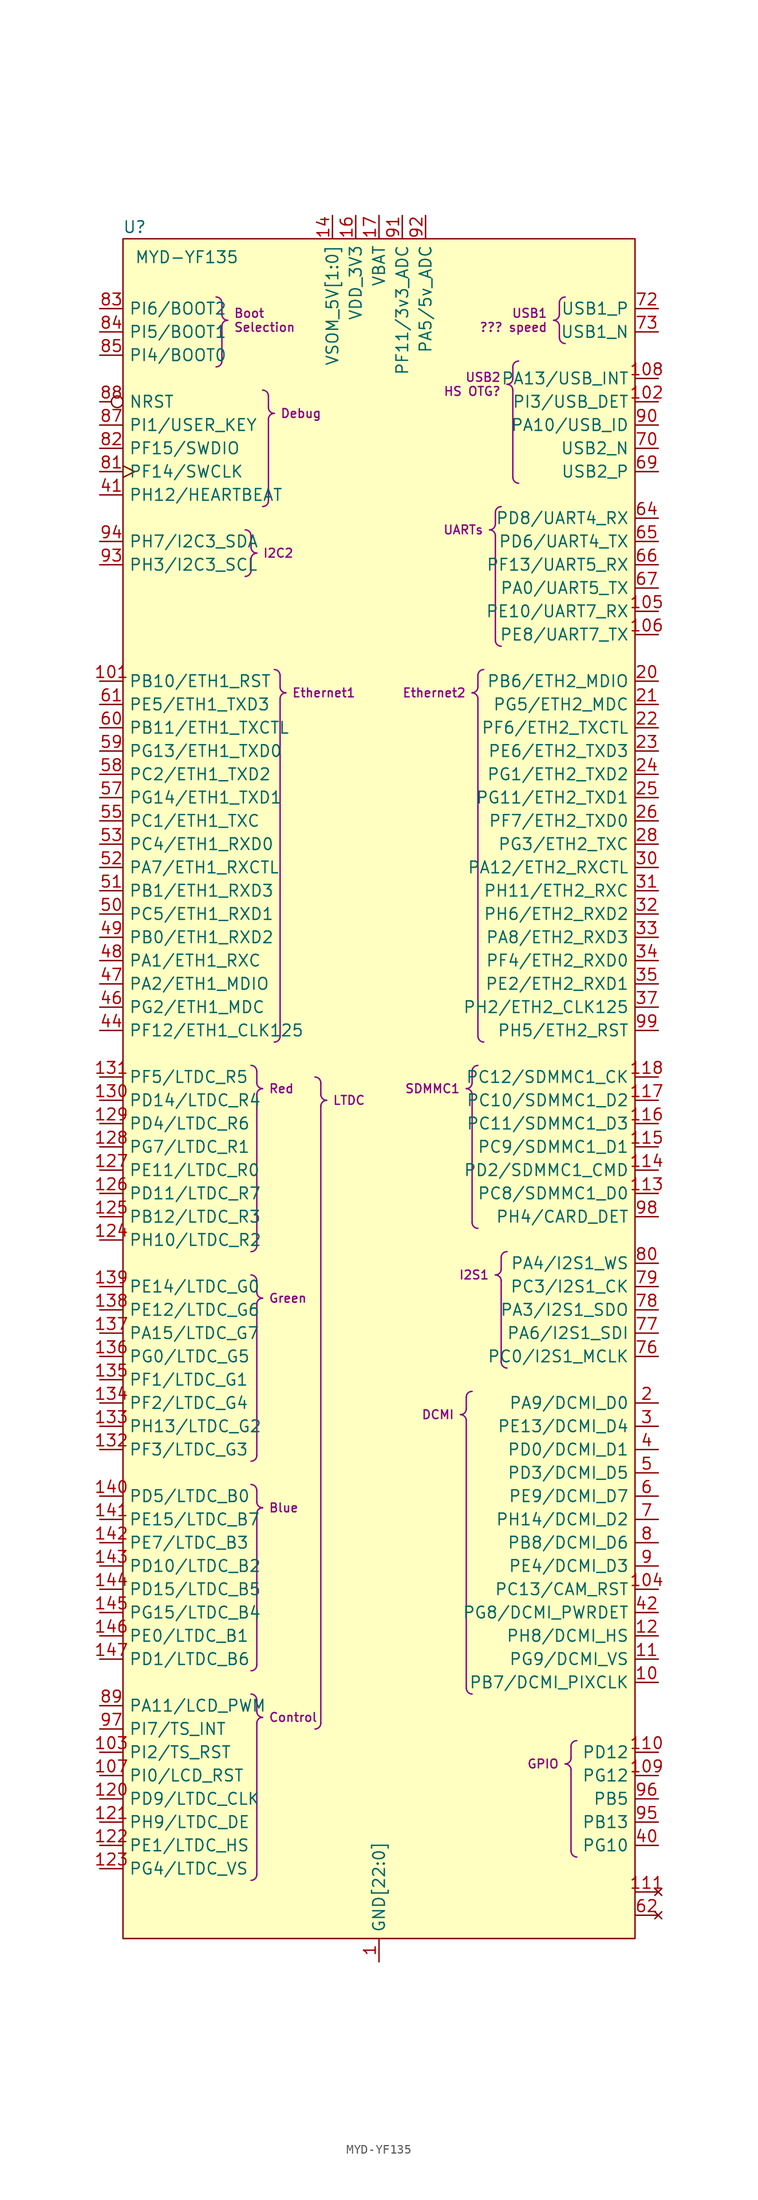
<source format=kicad_sym>
(kicad_symbol_lib
  (version 20241209)
  (generator "kicad_symbol_editor")
  (generator_version "9.0")
  (symbol "MYD-YF135"
    (pin_names
      (offset 0.635))
    (property "Reference" "U"
      (at 1.27 1.27 0)
      (do_not_autoplace)
      (effects (font (size 1.27 1.27))))
    (property "Value" "MYD-YF135"
      (at 1.27 -1.27 0)
      (do_not_autoplace)
      (effects (font (size 1.27 1.27)) (justify left top)))
    (symbol "MYD-YF135_1_0"
      (rectangle (start 0 0) (end 55.88 -185.42) (stroke (width 0) (type default)) (fill (type background)))
      (pin passive line (at -2.54 -7.62 0) (length 2.54) (name "PI6/BOOT2" (effects (font (size 1.27 1.27)))) (number "83" (effects (font (size 1.27 1.27)))))
      (pin passive line (at -2.54 -10.16 0) (length 2.54) (name "PI5/BOOT1" (effects (font (size 1.27 1.27)))) (number "84" (effects (font (size 1.27 1.27)))))
      (pin passive line (at -2.54 -12.7 0) (length 2.54) (name "PI4/BOOT0" (effects (font (size 1.27 1.27)))) (number "85" (effects (font (size 1.27 1.27)))))
      (pin passive inverted (at -2.54 -17.78 0) (length 2.54) (name "NRST" (effects (font (size 1.27 1.27)))) (number "88" (effects (font (size 1.27 1.27)))))
      (pin passive line (at -2.54 -20.32 0) (length 2.54) (name "PI1/USER_KEY" (effects (font (size 1.27 1.27)))) (number "87" (effects (font (size 1.27 1.27)))))
      (pin passive line (at -2.54 -22.86 0) (length 2.54) (name "PF15/SWDIO" (effects (font (size 1.27 1.27)))) (number "82" (effects (font (size 1.27 1.27)))))
      (pin passive clock (at -2.54 -25.4 0) (length 2.54) (name "PF14/SWCLK" (effects (font (size 1.27 1.27)))) (number "81" (effects (font (size 1.27 1.27)))))
      (pin passive line (at -2.54 -27.94 0) (length 2.54) (name "PH12/HEARTBEAT" (effects (font (size 1.27 1.27)))) (number "41" (effects (font (size 1.27 1.27)))))
      (pin passive line (at -2.54 -33.02 0) (length 2.54) (name "PH7/I2C3_SDA" (effects (font (size 1.27 1.27)))) (number "94" (effects (font (size 1.27 1.27)))))
      (pin passive line (at -2.54 -35.56 0) (length 2.54) (name "PH3/I2C3_SCL" (effects (font (size 1.27 1.27)))) (number "93" (effects (font (size 1.27 1.27)))))
      (pin passive line (at -2.54 -48.26 0) (length 2.54) (name "PB10/ETH1_RST" (effects (font (size 1.27 1.27)))) (number "101" (effects (font (size 1.27 1.27)))))
      (pin passive line (at -2.54 -50.8 0) (length 2.54) (name "PE5/ETH1_TXD3" (effects (font (size 1.27 1.27)))) (number "61" (effects (font (size 1.27 1.27)))))
      (pin passive line (at -2.54 -53.34 0) (length 2.54) (name "PB11/ETH1_TXCTL" (effects (font (size 1.27 1.27)))) (number "60" (effects (font (size 1.27 1.27)))))
      (pin passive line (at -2.54 -55.88 0) (length 2.54) (name "PG13/ETH1_TXD0" (effects (font (size 1.27 1.27)))) (number "59" (effects (font (size 1.27 1.27)))))
      (pin passive line (at -2.54 -58.42 0) (length 2.54) (name "PC2/ETH1_TXD2" (effects (font (size 1.27 1.27)))) (number "58" (effects (font (size 1.27 1.27)))))
      (pin passive line (at -2.54 -60.96 0) (length 2.54) (name "PG14/ETH1_TXD1" (effects (font (size 1.27 1.27)))) (number "57" (effects (font (size 1.27 1.27)))))
      (pin passive line (at -2.54 -63.5 0) (length 2.54) (name "PC1/ETH1_TXC" (effects (font (size 1.27 1.27)))) (number "55" (effects (font (size 1.27 1.27)))))
      (pin passive line (at -2.54 -66.04 0) (length 2.54) (name "PC4/ETH1_RXD0" (effects (font (size 1.27 1.27)))) (number "53" (effects (font (size 1.27 1.27)))))
      (pin passive line (at -2.54 -68.58 0) (length 2.54) (name "PA7/ETH1_RXCTL" (effects (font (size 1.27 1.27)))) (number "52" (effects (font (size 1.27 1.27)))))
      (pin passive line (at -2.54 -71.12 0) (length 2.54) (name "PB1/ETH1_RXD3" (effects (font (size 1.27 1.27)))) (number "51" (effects (font (size 1.27 1.27)))))
      (pin passive line (at -2.54 -73.66 0) (length 2.54) (name "PC5/ETH1_RXD1" (effects (font (size 1.27 1.27)))) (number "50" (effects (font (size 1.27 1.27)))))
      (pin passive line (at -2.54 -76.2 0) (length 2.54) (name "PB0/ETH1_RXD2" (effects (font (size 1.27 1.27)))) (number "49" (effects (font (size 1.27 1.27)))))
      (pin passive line (at -2.54 -78.74 0) (length 2.54) (name "PA1/ETH1_RXC" (effects (font (size 1.27 1.27)))) (number "48" (effects (font (size 1.27 1.27)))))
      (pin passive line (at -2.54 -81.28 0) (length 2.54) (name "PA2/ETH1_MDIO" (effects (font (size 1.27 1.27)))) (number "47" (effects (font (size 1.27 1.27)))))
      (pin passive line (at -2.54 -83.82 0) (length 2.54) (name "PG2/ETH1_MDC" (effects (font (size 1.27 1.27)))) (number "46" (effects (font (size 1.27 1.27)))))
      (pin passive line (at -2.54 -86.36 0) (length 2.54) (name "PF12/ETH1_CLK125" (effects (font (size 1.27 1.27)))) (number "44" (effects (font (size 1.27 1.27)))))
      (pin passive line (at -2.54 -91.44 0) (length 2.54) (name "PF5/LTDC_R5" (effects (font (size 1.27 1.27)))) (number "131" (effects (font (size 1.27 1.27)))))
      (pin passive line (at -2.54 -93.98 0) (length 2.54) (name "PD14/LTDC_R4" (effects (font (size 1.27 1.27)))) (number "130" (effects (font (size 1.27 1.27)))))
      (pin passive line (at -2.54 -96.52 0) (length 2.54) (name "PD4/LTDC_R6" (effects (font (size 1.27 1.27)))) (number "129" (effects (font (size 1.27 1.27)))))
      (pin passive line (at -2.54 -99.06 0) (length 2.54) (name "PG7/LTDC_R1" (effects (font (size 1.27 1.27)))) (number "128" (effects (font (size 1.27 1.27)))))
      (pin passive line (at -2.54 -101.6 0) (length 2.54) (name "PE11/LTDC_R0" (effects (font (size 1.27 1.27)))) (number "127" (effects (font (size 1.27 1.27)))))
      (pin passive line (at -2.54 -104.14 0) (length 2.54) (name "PD11/LTDC_R7" (effects (font (size 1.27 1.27)))) (number "126" (effects (font (size 1.27 1.27)))))
      (pin passive line (at -2.54 -106.68 0) (length 2.54) (name "PB12/LTDC_R3" (effects (font (size 1.27 1.27)))) (number "125" (effects (font (size 1.27 1.27)))))
      (pin passive line (at -2.54 -109.22 0) (length 2.54) (name "PH10/LTDC_R2" (effects (font (size 1.27 1.27)))) (number "124" (effects (font (size 1.27 1.27)))))
      (pin passive line (at -2.54 -114.3 0) (length 2.54) (name "PE14/LTDC_G0" (effects (font (size 1.27 1.27)))) (number "139" (effects (font (size 1.27 1.27)))))
      (pin passive line (at -2.54 -116.84 0) (length 2.54) (name "PE12/LTDC_G6" (effects (font (size 1.27 1.27)))) (number "138" (effects (font (size 1.27 1.27)))))
      (pin passive line (at -2.54 -119.38 0) (length 2.54) (name "PA15/LTDC_G7" (effects (font (size 1.27 1.27)))) (number "137" (effects (font (size 1.27 1.27)))))
      (pin passive line (at -2.54 -121.92 0) (length 2.54) (name "PG0/LTDC_G5" (effects (font (size 1.27 1.27)))) (number "136" (effects (font (size 1.27 1.27)))))
      (pin passive line (at -2.54 -124.46 0) (length 2.54) (name "PF1/LTDC_G1" (effects (font (size 1.27 1.27)))) (number "135" (effects (font (size 1.27 1.27)))))
      (pin passive line (at -2.54 -127 0) (length 2.54) (name "PF2/LTDC_G4" (effects (font (size 1.27 1.27)))) (number "134" (effects (font (size 1.27 1.27)))))
      (pin passive line (at -2.54 -129.54 0) (length 2.54) (name "PH13/LTDC_G2" (effects (font (size 1.27 1.27)))) (number "133" (effects (font (size 1.27 1.27)))))
      (pin passive line (at -2.54 -132.08 0) (length 2.54) (name "PF3/LTDC_G3" (effects (font (size 1.27 1.27)))) (number "132" (effects (font (size 1.27 1.27)))))
      (pin passive line (at -2.54 -137.16 0) (length 2.54) (name "PD5/LTDC_B0" (effects (font (size 1.27 1.27)))) (number "140" (effects (font (size 1.27 1.27)))))
      (pin passive line (at -2.54 -139.7 0) (length 2.54) (name "PE15/LTDC_B7" (effects (font (size 1.27 1.27)))) (number "141" (effects (font (size 1.27 1.27)))))
      (pin passive line (at -2.54 -142.24 0) (length 2.54) (name "PE7/LTDC_B3" (effects (font (size 1.27 1.27)))) (number "142" (effects (font (size 1.27 1.27)))))
      (pin passive line (at -2.54 -144.78 0) (length 2.54) (name "PD10/LTDC_B2" (effects (font (size 1.27 1.27)))) (number "143" (effects (font (size 1.27 1.27)))))
      (pin passive line (at -2.54 -147.32 0) (length 2.54) (name "PD15/LTDC_B5" (effects (font (size 1.27 1.27)))) (number "144" (effects (font (size 1.27 1.27)))))
      (pin passive line (at -2.54 -149.86 0) (length 2.54) (name "PG15/LTDC_B4" (effects (font (size 1.27 1.27)))) (number "145" (effects (font (size 1.27 1.27)))))
      (pin passive line (at -2.54 -152.4 0) (length 2.54) (name "PE0/LTDC_B1" (effects (font (size 1.27 1.27)))) (number "146" (effects (font (size 1.27 1.27)))))
      (pin passive line (at -2.54 -154.94 0) (length 2.54) (name "PD1/LTDC_B6" (effects (font (size 1.27 1.27)))) (number "147" (effects (font (size 1.27 1.27)))))
      (pin passive line (at -2.54 -160.02 0) (length 2.54) (name "PA11/LCD_PWM" (effects (font (size 1.27 1.27)))) (number "89" (effects (font (size 1.27 1.27)))))
      (pin passive line (at -2.54 -162.56 0) (length 2.54) (name "PI7/TS_INT" (effects (font (size 1.27 1.27)))) (number "97" (effects (font (size 1.27 1.27)))))
      (pin passive line (at -2.54 -165.1 0) (length 2.54) (name "PI2/TS_RST" (effects (font (size 1.27 1.27)))) (number "103" (effects (font (size 1.27 1.27)))))
      (pin passive line (at -2.54 -167.64 0) (length 2.54) (name "PI0/LCD_RST" (effects (font (size 1.27 1.27)))) (number "107" (effects (font (size 1.27 1.27)))))
      (pin passive line (at -2.54 -170.18 0) (length 2.54) (name "PD9/LTDC_CLK" (effects (font (size 1.27 1.27)))) (number "120" (effects (font (size 1.27 1.27)))))
      (pin passive line (at -2.54 -172.72 0) (length 2.54) (name "PH9/LTDC_DE" (effects (font (size 1.27 1.27)))) (number "121" (effects (font (size 1.27 1.27)))))
      (pin passive line (at -2.54 -175.26 0) (length 2.54) (name "PE1/LTDC_HS" (effects (font (size 1.27 1.27)))) (number "122" (effects (font (size 1.27 1.27)))))
      (pin passive line (at -2.54 -177.8 0) (length 2.54) (name "PG4/LTDC_VS" (effects (font (size 1.27 1.27)))) (number "123" (effects (font (size 1.27 1.27)))))
      (pin power_in line (at 22.86 2.54 270) (length 2.54) (name "VSOM_5V[1:0]" (effects (font (size 1.27 1.27)))) (number "14" (effects (font (size 1.27 1.27)))))
      (pin power_in line (at 22.86 2.54 270) (length 2.54) (hide yes) (name "VSOM_5V[1:0]" (effects (font (size 1.27 1.27)))) (number "15" (effects (font (size 1.27 1.27)))))
      (pin power_in line (at 25.4 2.54 270) (length 2.54) (name "VDD_3V3" (effects (font (size 1.27 1.27)))) (number "16" (effects (font (size 1.27 1.27)))))
      (pin power_in line (at 27.94 2.54 270) (length 2.54) (name "VBAT" (effects (font (size 1.27 1.27)))) (number "17" (effects (font (size 1.27 1.27)))))
      (pin power_in line (at 27.94 -187.96 90) (length 2.54) (name "GND[22:0]" (effects (font (size 1.27 1.27)))) (number "1" (effects (font (size 1.27 1.27)))))
      (pin power_in line (at 27.94 -187.96 90) (length 2.54) (hide yes) (name "GND[22:0]" (effects (font (size 1.27 1.27)))) (number "100" (effects (font (size 1.27 1.27)))))
      (pin power_in line (at 27.94 -187.96 90) (length 2.54) (hide yes) (name "GND[22:0]" (effects (font (size 1.27 1.27)))) (number "112" (effects (font (size 1.27 1.27)))))
      (pin power_in line (at 27.94 -187.96 90) (length 2.54) (hide yes) (name "GND[22:0]" (effects (font (size 1.27 1.27)))) (number "119" (effects (font (size 1.27 1.27)))))
      (pin power_in line (at 27.94 -187.96 90) (length 2.54) (hide yes) (name "GND[22:0]" (effects (font (size 1.27 1.27)))) (number "13" (effects (font (size 1.27 1.27)))))
      (pin power_in line (at 27.94 -187.96 90) (length 2.54) (hide yes) (name "GND[22:0]" (effects (font (size 1.27 1.27)))) (number "148" (effects (font (size 1.27 1.27)))))
      (pin power_in line (at 27.94 -187.96 90) (length 2.54) (hide yes) (name "GND[22:0]" (effects (font (size 1.27 1.27)))) (number "18" (effects (font (size 1.27 1.27)))))
      (pin power_in line (at 27.94 -187.96 90) (length 2.54) (hide yes) (name "GND[22:0]" (effects (font (size 1.27 1.27)))) (number "19" (effects (font (size 1.27 1.27)))))
      (pin power_in line (at 27.94 -187.96 90) (length 2.54) (hide yes) (name "GND[22:0]" (effects (font (size 1.27 1.27)))) (number "27" (effects (font (size 1.27 1.27)))))
      (pin power_in line (at 27.94 -187.96 90) (length 2.54) (hide yes) (name "GND[22:0]" (effects (font (size 1.27 1.27)))) (number "29" (effects (font (size 1.27 1.27)))))
      (pin power_in line (at 27.94 -187.96 90) (length 2.54) (hide yes) (name "GND[22:0]" (effects (font (size 1.27 1.27)))) (number "36" (effects (font (size 1.27 1.27)))))
      (pin power_in line (at 27.94 -187.96 90) (length 2.54) (hide yes) (name "GND[22:0]" (effects (font (size 1.27 1.27)))) (number "38" (effects (font (size 1.27 1.27)))))
      (pin power_in line (at 27.94 -187.96 90) (length 2.54) (hide yes) (name "GND[22:0]" (effects (font (size 1.27 1.27)))) (number "39" (effects (font (size 1.27 1.27)))))
      (pin power_in line (at 27.94 -187.96 90) (length 2.54) (hide yes) (name "GND[22:0]" (effects (font (size 1.27 1.27)))) (number "43" (effects (font (size 1.27 1.27)))))
      (pin power_in line (at 27.94 -187.96 90) (length 2.54) (hide yes) (name "GND[22:0]" (effects (font (size 1.27 1.27)))) (number "45" (effects (font (size 1.27 1.27)))))
      (pin power_in line (at 27.94 -187.96 90) (length 2.54) (hide yes) (name "GND[22:0]" (effects (font (size 1.27 1.27)))) (number "54" (effects (font (size 1.27 1.27)))))
      (pin power_in line (at 27.94 -187.96 90) (length 2.54) (hide yes) (name "GND[22:0]" (effects (font (size 1.27 1.27)))) (number "56" (effects (font (size 1.27 1.27)))))
      (pin power_in line (at 27.94 -187.96 90) (length 2.54) (hide yes) (name "GND[22:0]" (effects (font (size 1.27 1.27)))) (number "63" (effects (font (size 1.27 1.27)))))
      (pin power_in line (at 27.94 -187.96 90) (length 2.54) (hide yes) (name "GND[22:0]" (effects (font (size 1.27 1.27)))) (number "68" (effects (font (size 1.27 1.27)))))
      (pin power_in line (at 27.94 -187.96 90) (length 2.54) (hide yes) (name "GND[22:0]" (effects (font (size 1.27 1.27)))) (number "71" (effects (font (size 1.27 1.27)))))
      (pin power_in line (at 27.94 -187.96 90) (length 2.54) (hide yes) (name "GND[22:0]" (effects (font (size 1.27 1.27)))) (number "74" (effects (font (size 1.27 1.27)))))
      (pin power_in line (at 27.94 -187.96 90) (length 2.54) (hide yes) (name "GND[22:0]" (effects (font (size 1.27 1.27)))) (number "75" (effects (font (size 1.27 1.27)))))
      (pin power_in line (at 27.94 -187.96 90) (length 2.54) (hide yes) (name "GND[22:0]" (effects (font (size 1.27 1.27)))) (number "86" (effects (font (size 1.27 1.27)))))
      (pin passive line (at 30.48 2.54 270) (length 2.54) (name "PF11/3v3_ADC" (effects (font (size 1.27 1.27)))) (number "91" (effects (font (size 1.27 1.27)))))
      (pin passive line (at 33.02 2.54 270) (length 2.54) (name "PA5/5v_ADC" (effects (font (size 1.27 1.27)))) (number "92" (effects (font (size 1.27 1.27)))))
      (pin passive line (at 58.42 -7.62 180) (length 2.54) (name "USB1_P" (effects (font (size 1.27 1.27)))) (number "72" (effects (font (size 1.27 1.27)))))
      (pin passive line (at 58.42 -10.16 180) (length 2.54) (name "USB1_N" (effects (font (size 1.27 1.27)))) (number "73" (effects (font (size 1.27 1.27)))))
      (pin passive line (at 58.42 -15.24 180) (length 2.54) (name "PA13/USB_INT" (effects (font (size 1.27 1.27)))) (number "108" (effects (font (size 1.27 1.27)))))
      (pin passive line (at 58.42 -17.78 180) (length 2.54) (name "PI3/USB_DET" (effects (font (size 1.27 1.27)))) (number "102" (effects (font (size 1.27 1.27)))))
      (pin passive line (at 58.42 -20.32 180) (length 2.54) (name "PA10/USB_ID" (effects (font (size 1.27 1.27)))) (number "90" (effects (font (size 1.27 1.27)))))
      (pin passive line (at 58.42 -22.86 180) (length 2.54) (name "USB2_N" (effects (font (size 1.27 1.27)))) (number "70" (effects (font (size 1.27 1.27)))))
      (pin passive line (at 58.42 -25.4 180) (length 2.54) (name "USB2_P" (effects (font (size 1.27 1.27)))) (number "69" (effects (font (size 1.27 1.27)))))
      (pin passive line (at 58.42 -30.48 180) (length 2.54) (name "PD8/UART4_RX" (effects (font (size 1.27 1.27)))) (number "64" (effects (font (size 1.27 1.27)))))
      (pin passive line (at 58.42 -33.02 180) (length 2.54) (name "PD6/UART4_TX" (effects (font (size 1.27 1.27)))) (number "65" (effects (font (size 1.27 1.27)))))
      (pin passive line (at 58.42 -35.56 180) (length 2.54) (name "PF13/UART5_RX" (effects (font (size 1.27 1.27)))) (number "66" (effects (font (size 1.27 1.27)))))
      (pin passive line (at 58.42 -38.1 180) (length 2.54) (name "PA0/UART5_TX" (effects (font (size 1.27 1.27)))) (number "67" (effects (font (size 1.27 1.27)))))
      (pin passive line (at 58.42 -40.64 180) (length 2.54) (name "PE10/UART7_RX" (effects (font (size 1.27 1.27)))) (number "105" (effects (font (size 1.27 1.27)))))
      (pin passive line (at 58.42 -43.18 180) (length 2.54) (name "PE8/UART7_TX" (effects (font (size 1.27 1.27)))) (number "106" (effects (font (size 1.27 1.27)))))
      (pin passive line (at 58.42 -48.26 180) (length 2.54) (name "PB6/ETH2_MDIO" (effects (font (size 1.27 1.27)))) (number "20" (effects (font (size 1.27 1.27)))))
      (pin passive line (at 58.42 -50.8 180) (length 2.54) (name "PG5/ETH2_MDC" (effects (font (size 1.27 1.27)))) (number "21" (effects (font (size 1.27 1.27)))))
      (pin passive line (at 58.42 -53.34 180) (length 2.54) (name "PF6/ETH2_TXCTL" (effects (font (size 1.27 1.27)))) (number "22" (effects (font (size 1.27 1.27)))))
      (pin passive line (at 58.42 -55.88 180) (length 2.54) (name "PE6/ETH2_TXD3" (effects (font (size 1.27 1.27)))) (number "23" (effects (font (size 1.27 1.27)))))
      (pin passive line (at 58.42 -58.42 180) (length 2.54) (name "PG1/ETH2_TXD2" (effects (font (size 1.27 1.27)))) (number "24" (effects (font (size 1.27 1.27)))))
      (pin passive line (at 58.42 -60.96 180) (length 2.54) (name "PG11/ETH2_TXD1" (effects (font (size 1.27 1.27)))) (number "25" (effects (font (size 1.27 1.27)))))
      (pin passive line (at 58.42 -63.5 180) (length 2.54) (name "PF7/ETH2_TXD0" (effects (font (size 1.27 1.27)))) (number "26" (effects (font (size 1.27 1.27)))))
      (pin passive line (at 58.42 -66.04 180) (length 2.54) (name "PG3/ETH2_TXC" (effects (font (size 1.27 1.27)))) (number "28" (effects (font (size 1.27 1.27)))))
      (pin passive line (at 58.42 -68.58 180) (length 2.54) (name "PA12/ETH2_RXCTL" (effects (font (size 1.27 1.27)))) (number "30" (effects (font (size 1.27 1.27)))))
      (pin passive line (at 58.42 -71.12 180) (length 2.54) (name "PH11/ETH2_RXC" (effects (font (size 1.27 1.27)))) (number "31" (effects (font (size 1.27 1.27)))))
      (pin passive line (at 58.42 -73.66 180) (length 2.54) (name "PH6/ETH2_RXD2" (effects (font (size 1.27 1.27)))) (number "32" (effects (font (size 1.27 1.27)))))
      (pin passive line (at 58.42 -76.2 180) (length 2.54) (name "PA8/ETH2_RXD3" (effects (font (size 1.27 1.27)))) (number "33" (effects (font (size 1.27 1.27)))))
      (pin passive line (at 58.42 -78.74 180) (length 2.54) (name "PF4/ETH2_RXD0" (effects (font (size 1.27 1.27)))) (number "34" (effects (font (size 1.27 1.27)))))
      (pin passive line (at 58.42 -81.28 180) (length 2.54) (name "PE2/ETH2_RXD1" (effects (font (size 1.27 1.27)))) (number "35" (effects (font (size 1.27 1.27)))))
      (pin passive line (at 58.42 -83.82 180) (length 2.54) (name "PH2/ETH2_CLK125" (effects (font (size 1.27 1.27)))) (number "37" (effects (font (size 1.27 1.27)))))
      (pin passive line (at 58.42 -86.36 180) (length 2.54) (name "PH5/ETH2_RST" (effects (font (size 1.27 1.27)))) (number "99" (effects (font (size 1.27 1.27)))))
      (pin passive line (at 58.42 -91.44 180) (length 2.54) (name "PC12/SDMMC1_CK" (effects (font (size 1.27 1.27)))) (number "118" (effects (font (size 1.27 1.27)))))
      (pin passive line (at 58.42 -93.98 180) (length 2.54) (name "PC10/SDMMC1_D2" (effects (font (size 1.27 1.27)))) (number "117" (effects (font (size 1.27 1.27)))))
      (pin passive line (at 58.42 -96.52 180) (length 2.54) (name "PC11/SDMMC1_D3" (effects (font (size 1.27 1.27)))) (number "116" (effects (font (size 1.27 1.27)))))
      (pin passive line (at 58.42 -99.06 180) (length 2.54) (name "PC9/SDMMC1_D1" (effects (font (size 1.27 1.27)))) (number "115" (effects (font (size 1.27 1.27)))))
      (pin passive line (at 58.42 -101.6 180) (length 2.54) (name "PD2/SDMMC1_CMD" (effects (font (size 1.27 1.27)))) (number "114" (effects (font (size 1.27 1.27)))))
      (pin passive line (at 58.42 -104.14 180) (length 2.54) (name "PC8/SDMMC1_D0" (effects (font (size 1.27 1.27)))) (number "113" (effects (font (size 1.27 1.27)))))
      (pin passive line (at 58.42 -106.68 180) (length 2.54) (name "PH4/CARD_DET" (effects (font (size 1.27 1.27)))) (number "98" (effects (font (size 1.27 1.27)))))
      (pin passive line (at 58.42 -111.76 180) (length 2.54) (name "PA4/I2S1_WS" (effects (font (size 1.27 1.27)))) (number "80" (effects (font (size 1.27 1.27)))))
      (pin passive line (at 58.42 -114.3 180) (length 2.54) (name "PC3/I2S1_CK" (effects (font (size 1.27 1.27)))) (number "79" (effects (font (size 1.27 1.27)))))
      (pin passive line (at 58.42 -116.84 180) (length 2.54) (name "PA3/I2S1_SDO" (effects (font (size 1.27 1.27)))) (number "78" (effects (font (size 1.27 1.27)))))
      (pin passive line (at 58.42 -119.38 180) (length 2.54) (name "PA6/I2S1_SDI" (effects (font (size 1.27 1.27)))) (number "77" (effects (font (size 1.27 1.27)))))
      (pin passive line (at 58.42 -121.92 180) (length 2.54) (name "PC0/I2S1_MCLK" (effects (font (size 1.27 1.27)))) (number "76" (effects (font (size 1.27 1.27)))))
      (pin passive line (at 58.42 -127 180) (length 2.54) (name "PA9/DCMI_D0" (effects (font (size 1.27 1.27)))) (number "2" (effects (font (size 1.27 1.27)))))
      (pin passive line (at 58.42 -129.54 180) (length 2.54) (name "PE13/DCMI_D4" (effects (font (size 1.27 1.27)))) (number "3" (effects (font (size 1.27 1.27)))))
      (pin passive line (at 58.42 -132.08 180) (length 2.54) (name "PD0/DCMI_D1" (effects (font (size 1.27 1.27)))) (number "4" (effects (font (size 1.27 1.27)))))
      (pin passive line (at 58.42 -134.62 180) (length 2.54) (name "PD3/DCMI_D5" (effects (font (size 1.27 1.27)))) (number "5" (effects (font (size 1.27 1.27)))))
      (pin passive line (at 58.42 -137.16 180) (length 2.54) (name "PE9/DCMI_D7" (effects (font (size 1.27 1.27)))) (number "6" (effects (font (size 1.27 1.27)))))
      (pin passive line (at 58.42 -139.7 180) (length 2.54) (name "PH14/DCMI_D2" (effects (font (size 1.27 1.27)))) (number "7" (effects (font (size 1.27 1.27)))))
      (pin passive line (at 58.42 -142.24 180) (length 2.54) (name "PB8/DCMI_D6" (effects (font (size 1.27 1.27)))) (number "8" (effects (font (size 1.27 1.27)))))
      (pin passive line (at 58.42 -144.78 180) (length 2.54) (name "PE4/DCMI_D3" (effects (font (size 1.27 1.27)))) (number "9" (effects (font (size 1.27 1.27)))))
      (pin passive line (at 58.42 -147.32 180) (length 2.54) (name "PC13/CAM_RST" (effects (font (size 1.27 1.27)))) (number "104" (effects (font (size 1.27 1.27)))))
      (pin passive line (at 58.42 -149.86 180) (length 2.54) (name "PG8/DCMI_PWRDET" (effects (font (size 1.27 1.27)))) (number "42" (effects (font (size 1.27 1.27)))))
      (pin passive line (at 58.42 -152.4 180) (length 2.54) (name "PH8/DCMI_HS" (effects (font (size 1.27 1.27)))) (number "12" (effects (font (size 1.27 1.27)))))
      (pin passive line (at 58.42 -154.94 180) (length 2.54) (name "PG9/DCMI_VS" (effects (font (size 1.27 1.27)))) (number "11" (effects (font (size 1.27 1.27)))))
      (pin passive line (at 58.42 -157.48 180) (length 2.54) (name "PB7/DCMI_PIXCLK" (effects (font (size 1.27 1.27)))) (number "10" (effects (font (size 1.27 1.27)))))
      (pin passive line (at 58.42 -165.1 180) (length 2.54) (name "PD12" (effects (font (size 1.27 1.27)))) (number "110" (effects (font (size 1.27 1.27)))))
      (pin passive line (at 58.42 -167.64 180) (length 2.54) (name "PG12" (effects (font (size 1.27 1.27)))) (number "109" (effects (font (size 1.27 1.27)))))
      (pin passive line (at 58.42 -170.18 180) (length 2.54) (name "PB5" (effects (font (size 1.27 1.27)))) (number "96" (effects (font (size 1.27 1.27)))))
      (pin passive line (at 58.42 -172.72 180) (length 2.54) (name "PB13" (effects (font (size 1.27 1.27)))) (number "95" (effects (font (size 1.27 1.27)))))
      (pin passive line (at 58.42 -175.26 180) (length 2.54) (name "PG10" (effects (font (size 1.27 1.27)))) (number "40" (effects (font (size 1.27 1.27)))))
      (pin no_connect line (at 58.42 -180.34 180) (length 2.54) (name "" (effects (font (size 1.27 1.27)))) (number "111" (effects (font (size 1.27 1.27)))))
      (pin no_connect line (at 58.42 -182.88 180) (length 2.54) (name "" (effects (font (size 1.27 1.27)))) (number "62" (effects (font (size 1.27 1.27))))))
    (symbol "MYD-YF135_1_1"
      (arc (start 10.16 -6.35) (mid 10.609 -6.536) (end 10.795 -6.985) (stroke (width 0) (type default) (color 132 0 132 1)) (fill (type none)))
      (arc (start 10.795 -13.335) (mid 10.6108 -13.7873) (end 10.16 -13.97) (stroke (width 0) (type default) (color 132 0 132 1)) (fill (type none)))
      (polyline (pts (xy 10.795 -6.985) (xy 10.795 -8.255)) (stroke (width 0) (type default) (color 132 0 132 1)) (fill (type none)))
      (polyline (pts (xy 10.795 -9.525) (xy 10.795 -13.335)) (stroke (width 0) (type default) (color 132 0 132 1)) (fill (type none)))
      (arc (start 10.795 -9.525) (mid 10.9792 -9.0727) (end 11.43 -8.89) (stroke (width 0) (type default) (color 132 0 132 1)) (fill (type none)))
      (arc (start 11.43 -8.89) (mid 10.981 -8.704) (end 10.795 -8.255) (stroke (width 0) (type default) (color 132 0 132 1)) (fill (type none)))
      (arc (start 13.335 -31.75) (mid 13.784 -31.936) (end 13.97 -32.385) (stroke (width 0) (type default) (color 132 0 132 1)) (fill (type none)))
      (arc (start 13.97 -36.195) (mid 13.7826 -36.6426) (end 13.335 -36.83) (stroke (width 0) (type default) (color 132 0 132 1)) (fill (type none)))
      (arc (start 13.97 -90.17) (mid 14.4164 -90.3586) (end 14.605 -90.805) (stroke (width 0) (type default) (color 132 0 132 1)) (fill (type none)))
      (arc (start 13.97 -113.03) (mid 14.4164 -113.2186) (end 14.605 -113.665) (stroke (width 0) (type default) (color 132 0 132 1)) (fill (type none)))
      (arc (start 13.97 -135.89) (mid 14.4164 -136.0786) (end 14.605 -136.525) (stroke (width 0) (type default) (color 132 0 132 1)) (fill (type none)))
      (arc (start 13.97 -158.75) (mid 14.4164 -158.9386) (end 14.605 -159.385) (stroke (width 0) (type default) (color 132 0 132 1)) (fill (type none)))
      (polyline (pts (xy 13.97 -32.385) (xy 13.97 -33.655)) (stroke (width 0) (type default) (color 132 0 132 1)) (fill (type none)))
      (polyline (pts (xy 13.97 -34.925) (xy 13.97 -36.195)) (stroke (width 0) (type default) (color 132 0 132 1)) (fill (type none)))
      (arc (start 14.605 -109.855) (mid 14.4208 -110.3073) (end 13.97 -110.49) (stroke (width 0) (type default) (color 132 0 132 1)) (fill (type none)))
      (arc (start 14.605 -132.715) (mid 14.4208 -133.1673) (end 13.97 -133.35) (stroke (width 0) (type default) (color 132 0 132 1)) (fill (type none)))
      (arc (start 14.605 -155.575) (mid 14.4208 -156.0273) (end 13.97 -156.21) (stroke (width 0) (type default) (color 132 0 132 1)) (fill (type none)))
      (arc (start 14.605 -178.435) (mid 14.4208 -178.8873) (end 13.97 -179.07) (stroke (width 0) (type default) (color 132 0 132 1)) (fill (type none)))
      (polyline (pts (xy 14.605 -90.805) (xy 14.605 -92.075)) (stroke (width 0) (type default) (color 132 0 132 1)) (fill (type none)))
      (polyline (pts (xy 14.605 -93.345) (xy 14.605 -109.855)) (stroke (width 0) (type default) (color 132 0 132 1)) (fill (type none)))
      (polyline (pts (xy 14.605 -113.665) (xy 14.605 -114.935)) (stroke (width 0) (type default) (color 132 0 132 1)) (fill (type none)))
      (polyline (pts (xy 14.605 -116.205) (xy 14.605 -132.715)) (stroke (width 0) (type default) (color 132 0 132 1)) (fill (type none)))
      (polyline (pts (xy 14.605 -136.525) (xy 14.605 -137.795)) (stroke (width 0) (type default) (color 132 0 132 1)) (fill (type none)))
      (polyline (pts (xy 14.605 -139.065) (xy 14.605 -155.575)) (stroke (width 0) (type default) (color 132 0 132 1)) (fill (type none)))
      (polyline (pts (xy 14.605 -159.385) (xy 14.605 -160.655)) (stroke (width 0) (type default) (color 132 0 132 1)) (fill (type none)))
      (polyline (pts (xy 14.605 -161.925) (xy 14.605 -178.435)) (stroke (width 0) (type default) (color 132 0 132 1)) (fill (type none)))
      (arc (start 14.605 -34.29) (mid 14.156 -34.104) (end 13.97 -33.655) (stroke (width 0) (type default) (color 132 0 132 1)) (fill (type none)))
      (arc (start 13.97 -34.925) (mid 14.1574 -34.4774) (end 14.605 -34.29) (stroke (width 0) (type default) (color 132 0 132 1)) (fill (type none)))
      (arc (start 14.605 -93.345) (mid 14.7892 -92.8927) (end 15.24 -92.71) (stroke (width 0) (type default) (color 132 0 132 1)) (fill (type none)))
      (arc (start 14.605 -116.205) (mid 14.7892 -115.7527) (end 15.24 -115.57) (stroke (width 0) (type default) (color 132 0 132 1)) (fill (type none)))
      (arc (start 14.605 -139.065) (mid 14.7892 -138.6127) (end 15.24 -138.43) (stroke (width 0) (type default) (color 132 0 132 1)) (fill (type none)))
      (arc (start 14.605 -161.925) (mid 14.7892 -161.4727) (end 15.24 -161.29) (stroke (width 0) (type default) (color 132 0 132 1)) (fill (type none)))
      (arc (start 15.24 -16.51) (mid 15.689 -16.696) (end 15.875 -17.145) (stroke (width 0) (type default) (color 132 0 132 1)) (fill (type none)))
      (arc (start 15.875 -28.575) (mid 15.6908 -29.0273) (end 15.24 -29.21) (stroke (width 0) (type default) (color 132 0 132 1)) (fill (type none)))
      (arc (start 15.24 -92.71) (mid 14.7936 -92.5214) (end 14.605 -92.075) (stroke (width 0) (type default) (color 132 0 132 1)) (fill (type none)))
      (arc (start 15.24 -115.57) (mid 14.7936 -115.3814) (end 14.605 -114.935) (stroke (width 0) (type default) (color 132 0 132 1)) (fill (type none)))
      (arc (start 15.24 -138.43) (mid 14.7936 -138.2414) (end 14.605 -137.795) (stroke (width 0) (type default) (color 132 0 132 1)) (fill (type none)))
      (arc (start 15.24 -161.29) (mid 14.7936 -161.1014) (end 14.605 -160.655) (stroke (width 0) (type default) (color 132 0 132 1)) (fill (type none)))
      (polyline (pts (xy 15.875 -17.145) (xy 15.875 -18.415)) (stroke (width 0) (type default) (color 132 0 132 1)) (fill (type none)))
      (polyline (pts (xy 15.875 -19.685) (xy 15.875 -28.575)) (stroke (width 0) (type default) (color 132 0 132 1)) (fill (type none)))
      (arc (start 15.875 -19.685) (mid 16.0592 -19.2327) (end 16.51 -19.05) (stroke (width 0) (type default) (color 132 0 132 1)) (fill (type none)))
      (arc (start 16.51 -19.05) (mid 16.061 -18.864) (end 15.875 -18.415) (stroke (width 0) (type default) (color 132 0 132 1)) (fill (type none)))
      (arc (start 16.51 -46.99) (mid 16.959 -47.176) (end 17.145 -47.625) (stroke (width 0) (type default) (color 132 0 132 1)) (fill (type none)))
      (arc (start 17.145 -86.995) (mid 16.9608 -87.4473) (end 16.51 -87.63) (stroke (width 0) (type default) (color 132 0 132 1)) (fill (type none)))
      (polyline (pts (xy 17.145 -47.625) (xy 17.145 -48.895)) (stroke (width 0) (type default) (color 132 0 132 1)) (fill (type none)))
      (polyline (pts (xy 17.145 -50.165) (xy 17.145 -86.995)) (stroke (width 0) (type default) (color 132 0 132 1)) (fill (type none)))
      (arc (start 17.145 -50.165) (mid 17.3292 -49.7127) (end 17.78 -49.53) (stroke (width 0) (type default) (color 132 0 132 1)) (fill (type none)))
      (arc (start 17.78 -49.53) (mid 17.331 -49.344) (end 17.145 -48.895) (stroke (width 0) (type default) (color 132 0 132 1)) (fill (type none)))
      (arc (start 20.955 -91.44) (mid 21.4026 -91.6274) (end 21.59 -92.075) (stroke (width 0) (type default) (color 132 0 132 1)) (fill (type none)))
      (arc (start 21.59 -161.925) (mid 21.4026 -162.3726) (end 20.955 -162.56) (stroke (width 0) (type default) (color 132 0 132 1)) (fill (type none)))
      (polyline (pts (xy 21.59 -92.075) (xy 21.59 -93.345)) (stroke (width 0) (type default) (color 132 0 132 1)) (fill (type none)))
      (polyline (pts (xy 21.59 -94.615) (xy 21.59 -161.925)) (stroke (width 0) (type default) (color 132 0 132 1)) (fill (type none)))
      (arc (start 22.225 -93.98) (mid 21.7774 -93.7926) (end 21.59 -93.345) (stroke (width 0) (type default) (color 132 0 132 1)) (fill (type none)))
      (arc (start 21.59 -94.615) (mid 21.7774 -94.1674) (end 22.225 -93.98) (stroke (width 0) (type default) (color 132 0 132 1)) (fill (type none)))
      (arc (start 36.83 -128.27) (mid 37.2744 -128.4592) (end 37.465 -128.905) (stroke (width 0) (type default) (color 132 0 132 1)) (fill (type none)))
      (arc (start 37.465 -127.635) (mid 37.2808 -128.0873) (end 36.83 -128.27) (stroke (width 0) (type default) (color 132 0 132 1)) (fill (type none)))
      (arc (start 38.1 -92.075) (mid 37.9126 -92.5226) (end 37.465 -92.71) (stroke (width 0) (type default) (color 132 0 132 1)) (fill (type none)))
      (arc (start 37.465 -92.71) (mid 37.9126 -92.8974) (end 38.1 -93.345) (stroke (width 0) (type default) (color 132 0 132 1)) (fill (type none)))
      (polyline (pts (xy 37.465 -126.365) (xy 37.465 -127.635)) (stroke (width 0) (type default) (color 132 0 132 1)) (fill (type none)))
      (polyline (pts (xy 37.465 -128.905) (xy 37.465 -158.115)) (stroke (width 0) (type default) (color 132 0 132 1)) (fill (type none)))
      (arc (start 38.735 -48.895) (mid 38.5473 -49.3408) (end 38.1 -49.53) (stroke (width 0) (type default) (color 132 0 132 1)) (fill (type none)))
      (arc (start 38.1 -49.53) (mid 38.5444 -49.7192) (end 38.735 -50.165) (stroke (width 0) (type default) (color 132 0 132 1)) (fill (type none)))
      (arc (start 37.465 -126.365) (mid 37.6492 -125.9127) (end 38.1 -125.73) (stroke (width 0) (type default) (color 132 0 132 1)) (fill (type none)))
      (polyline (pts (xy 38.1 -90.805) (xy 38.1 -92.075)) (stroke (width 0) (type default) (color 132 0 132 1)) (fill (type none)))
      (polyline (pts (xy 38.1 -93.345) (xy 38.1 -107.315)) (stroke (width 0) (type default) (color 132 0 132 1)) (fill (type none)))
      (arc (start 38.1 -158.75) (mid 37.6556 -158.5608) (end 37.465 -158.115) (stroke (width 0) (type default) (color 132 0 132 1)) (fill (type none)))
      (polyline (pts (xy 38.735 -47.625) (xy 38.735 -48.895)) (stroke (width 0) (type default) (color 132 0 132 1)) (fill (type none)))
      (polyline (pts (xy 38.735 -50.165) (xy 38.735 -86.995)) (stroke (width 0) (type default) (color 132 0 132 1)) (fill (type none)))
      (arc (start 38.1 -90.805) (mid 38.2874 -90.3574) (end 38.735 -90.17) (stroke (width 0) (type default) (color 132 0 132 1)) (fill (type none)))
      (arc (start 38.735 -107.95) (mid 38.2874 -107.7626) (end 38.1 -107.315) (stroke (width 0) (type default) (color 132 0 132 1)) (fill (type none)))
      (arc (start 38.735 -47.625) (mid 38.9227 -47.1792) (end 39.37 -46.99) (stroke (width 0) (type default) (color 132 0 132 1)) (fill (type none)))
      (arc (start 39.37 -87.63) (mid 38.9256 -87.4408) (end 38.735 -86.995) (stroke (width 0) (type default) (color 132 0 132 1)) (fill (type none)))
      (arc (start 40.64 -31.115) (mid 40.4526 -31.5626) (end 40.005 -31.75) (stroke (width 0) (type default) (color 132 0 132 1)) (fill (type none)))
      (arc (start 40.005 -31.75) (mid 40.4526 -31.9374) (end 40.64 -32.385) (stroke (width 0) (type default) (color 132 0 132 1)) (fill (type none)))
      (arc (start 40.64 -113.03) (mid 41.0844 -113.2192) (end 41.275 -113.665) (stroke (width 0) (type default) (color 132 0 132 1)) (fill (type none)))
      (polyline (pts (xy 40.64 -29.845) (xy 40.64 -31.115)) (stroke (width 0) (type default) (color 132 0 132 1)) (fill (type none)))
      (polyline (pts (xy 40.64 -32.385) (xy 40.64 -43.815)) (stroke (width 0) (type default) (color 132 0 132 1)) (fill (type none)))
      (arc (start 41.275 -112.395) (mid 41.0908 -112.8473) (end 40.64 -113.03) (stroke (width 0) (type default) (color 132 0 132 1)) (fill (type none)))
      (polyline (pts (xy 41.275 -111.125) (xy 41.275 -112.395)) (stroke (width 0) (type default) (color 132 0 132 1)) (fill (type none)))
      (polyline (pts (xy 41.275 -113.665) (xy 41.275 -122.555)) (stroke (width 0) (type default) (color 132 0 132 1)) (fill (type none)))
      (arc (start 40.64 -29.845) (mid 40.8274 -29.3974) (end 41.275 -29.21) (stroke (width 0) (type default) (color 132 0 132 1)) (fill (type none)))
      (arc (start 41.275 -44.45) (mid 40.8274 -44.2626) (end 40.64 -43.815) (stroke (width 0) (type default) (color 132 0 132 1)) (fill (type none)))
      (arc (start 41.275 -111.125) (mid 41.4592 -110.6727) (end 41.91 -110.49) (stroke (width 0) (type default) (color 132 0 132 1)) (fill (type none)))
      (arc (start 42.545 -15.24) (mid 42.359 -15.689) (end 41.91 -15.875) (stroke (width 0) (type default) (color 132 0 132 1)) (fill (type none)))
      (arc (start 41.91 -15.875) (mid 42.359 -16.061) (end 42.545 -16.51) (stroke (width 0) (type default) (color 132 0 132 1)) (fill (type none)))
      (arc (start 41.91 -123.19) (mid 41.4656 -123.0008) (end 41.275 -122.555) (stroke (width 0) (type default) (color 132 0 132 1)) (fill (type none)))
      (polyline (pts (xy 42.545 -13.97) (xy 42.545 -15.24)) (stroke (width 0) (type default) (color 132 0 132 1)) (fill (type none)))
      (polyline (pts (xy 42.545 -16.51) (xy 42.545 -26.035)) (stroke (width 0) (type default) (color 132 0 132 1)) (fill (type none)))
      (arc (start 42.545 -13.97) (mid 42.731 -13.521) (end 43.18 -13.335) (stroke (width 0) (type default) (color 132 0 132 1)) (fill (type none)))
      (arc (start 43.18 -26.67) (mid 42.7356 -26.4808) (end 42.545 -26.035) (stroke (width 0) (type default) (color 132 0 132 1)) (fill (type none)))
      (arc (start 47.625 -8.255) (mid 47.4373 -8.7008) (end 46.99 -8.89) (stroke (width 0) (type default) (color 132 0 132 1)) (fill (type none)))
      (arc (start 46.99 -8.89) (mid 47.4344 -9.0792) (end 47.625 -9.525) (stroke (width 0) (type default) (color 132 0 132 1)) (fill (type none)))
      (polyline (pts (xy 47.625 -6.985) (xy 47.625 -8.255)) (stroke (width 0) (type default) (color 132 0 132 1)) (fill (type none)))
      (polyline (pts (xy 47.625 -9.525) (xy 47.625 -10.795)) (stroke (width 0) (type default) (color 132 0 132 1)) (fill (type none)))
      (arc (start 48.26 -166.37) (mid 48.7044 -166.5592) (end 48.895 -167.005) (stroke (width 0) (type default) (color 132 0 132 1)) (fill (type none)))
      (arc (start 47.625 -6.985) (mid 47.8127 -6.5392) (end 48.26 -6.35) (stroke (width 0) (type default) (color 132 0 132 1)) (fill (type none)))
      (arc (start 48.26 -11.43) (mid 47.8156 -11.2408) (end 47.625 -10.795) (stroke (width 0) (type default) (color 132 0 132 1)) (fill (type none)))
      (arc (start 48.895 -165.735) (mid 48.7108 -166.1873) (end 48.26 -166.37) (stroke (width 0) (type default) (color 132 0 132 1)) (fill (type none)))
      (polyline (pts (xy 48.895 -164.465) (xy 48.895 -165.735)) (stroke (width 0) (type default) (color 132 0 132 1)) (fill (type none)))
      (polyline (pts (xy 48.895 -167.005) (xy 48.895 -175.895)) (stroke (width 0) (type default) (color 132 0 132 1)) (fill (type none)))
      (arc (start 48.895 -164.465) (mid 49.0792 -164.0127) (end 49.53 -163.83) (stroke (width 0) (type default) (color 132 0 132 1)) (fill (type none)))
      (arc (start 49.53 -176.53) (mid 49.0856 -176.3408) (end 48.895 -175.895) (stroke (width 0) (type default) (color 132 0 132 1)) (fill (type none)))
      (text "Boot\nSelection" (at 12.065 -8.89 0) (effects (font (size 0.953 0.953) (color 132 0 132 1)) (justify left)))
      (text "I2C2" (at 15.24 -34.29 0) (effects (font (size 0.953 0.953) (color 132 0 132 1)) (justify left)))
      (text "Red" (at 15.875 -92.71 0) (effects (font (size 0.953 0.953) (color 132 0 132 1)) (justify left)))
      (text "Green" (at 15.875 -115.57 0) (effects (font (size 0.953 0.953) (color 132 0 132 1)) (justify left)))
      (text "Blue" (at 15.875 -138.43 0) (effects (font (size 0.953 0.953) (color 132 0 132 1)) (justify left)))
      (text "Control" (at 15.875 -161.29 0) (effects (font (size 0.953 0.953) (color 132 0 132 1)) (justify left)))
      (text "Debug" (at 17.145 -19.05 0) (effects (font (size 0.953 0.953) (color 132 0 132 1)) (justify left)))
      (text "Ethernet1" (at 18.415 -49.53 0) (effects (font (size 0.953 0.953) (color 132 0 132 1)) (justify left)))
      (text "LTDC" (at 22.86 -93.98 0) (effects (font (size 0.953 0.953) (color 132 0 132 1)) (justify left)))
      (text "DCMI" (at 36.195 -128.27 0) (effects (font (size 0.953 0.953) (color 132 0 132 1)) (justify right)))
      (text "SDMMC1" (at 36.83 -92.71 0) (effects (font (size 0.953 0.953) (color 132 0 132 1)) (justify right)))
      (text "Ethernet2" (at 37.465 -49.53 0) (effects (font (size 0.953 0.953) (color 132 0 132 1)) (justify right)))
      (text "UARTs" (at 39.37 -31.75 0) (effects (font (size 0.953 0.953) (color 132 0 132 1)) (justify right)))
      (text "I2S1" (at 40.005 -113.03 0) (effects (font (size 0.953 0.953) (color 132 0 132 1)) (justify right)))
      (text "USB2\nHS OTG?" (at 41.275 -15.875 0) (effects (font (size 0.953 0.953) (color 132 0 132 1)) (justify right)))
      (text "USB1\n??? speed" (at 46.355 -8.89 0) (effects (font (size 0.953 0.953) (color 132 0 132 1)) (justify right)))
      (text "GPIO" (at 47.625 -166.37 0) (effects (font (size 0.953 0.953) (color 132 0 132 1)) (justify right))))))
</source>
